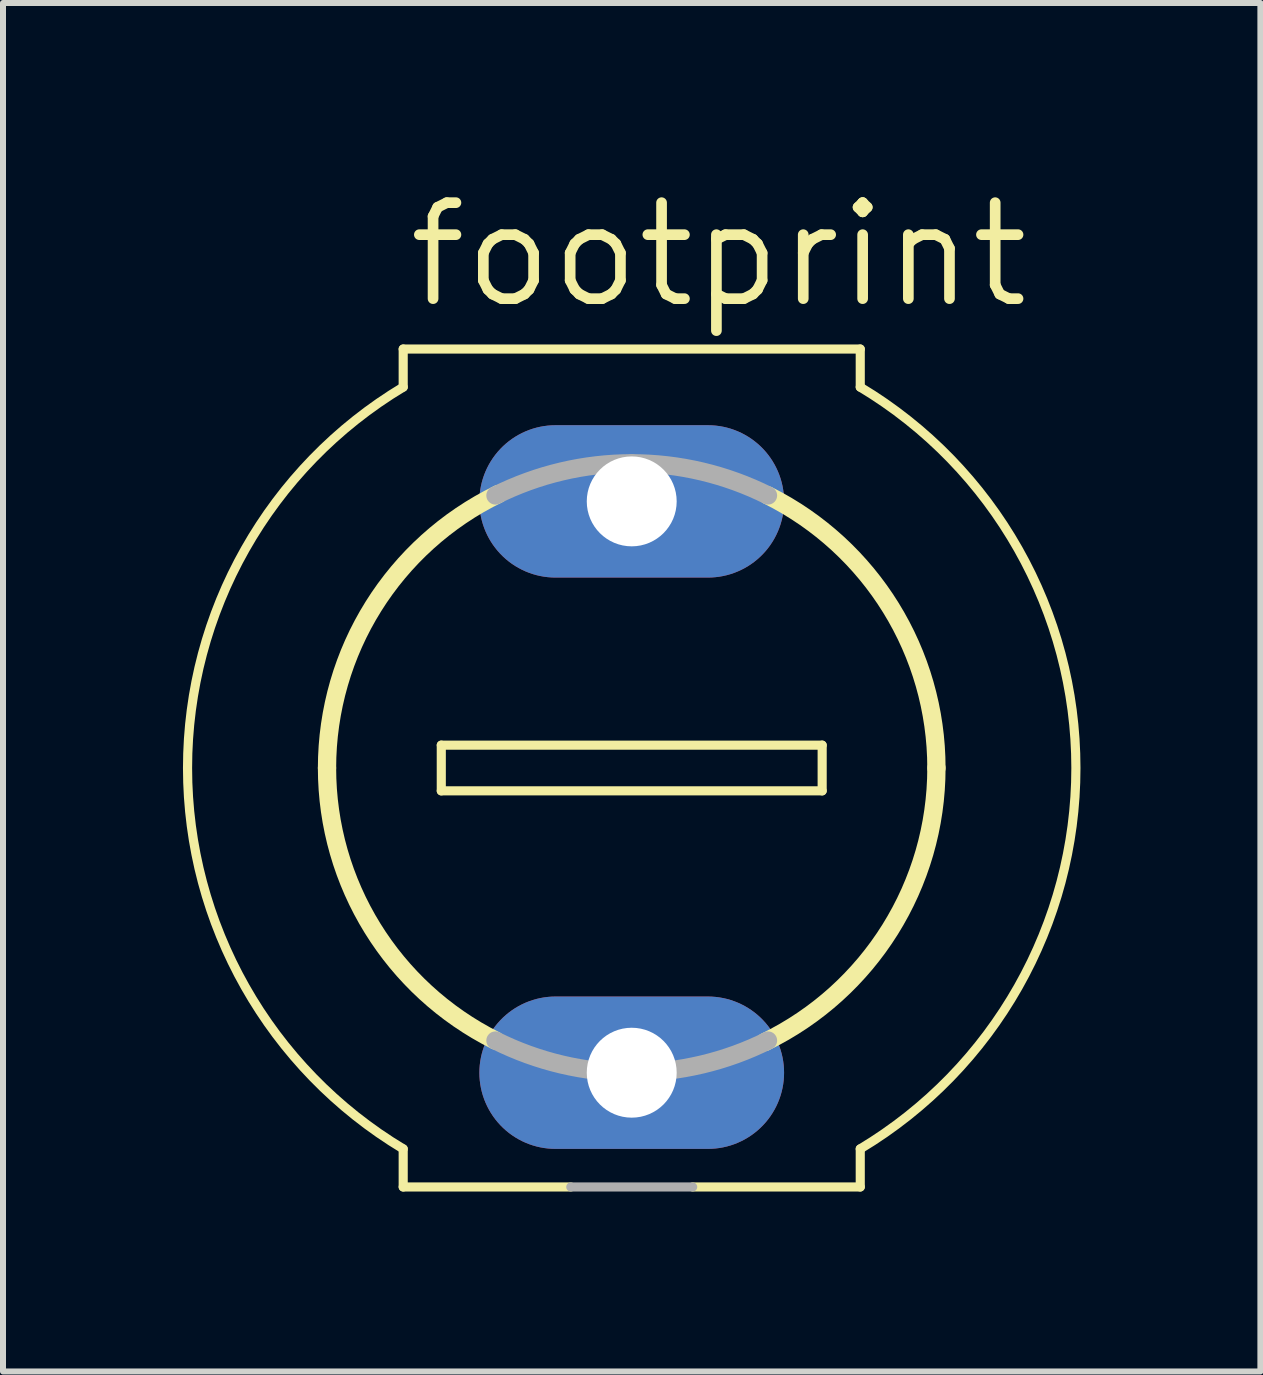
<source format=kicad_pcb>
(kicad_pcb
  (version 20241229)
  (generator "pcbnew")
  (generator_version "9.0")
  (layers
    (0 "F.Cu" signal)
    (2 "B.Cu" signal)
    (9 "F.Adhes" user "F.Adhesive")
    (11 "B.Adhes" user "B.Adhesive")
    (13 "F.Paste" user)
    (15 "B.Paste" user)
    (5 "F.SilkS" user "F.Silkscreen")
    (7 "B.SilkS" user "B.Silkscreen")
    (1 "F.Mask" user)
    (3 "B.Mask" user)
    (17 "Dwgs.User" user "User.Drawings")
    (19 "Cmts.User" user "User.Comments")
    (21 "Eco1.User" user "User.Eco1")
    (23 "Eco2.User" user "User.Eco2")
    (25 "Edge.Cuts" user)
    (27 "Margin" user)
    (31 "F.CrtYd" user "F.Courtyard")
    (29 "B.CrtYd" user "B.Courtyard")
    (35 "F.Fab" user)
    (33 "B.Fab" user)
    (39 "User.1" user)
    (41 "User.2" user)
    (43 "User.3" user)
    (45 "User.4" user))
  (footprint "footprint"
    (layer "F.Cu")
    (at 7.482 9.754)
    (property "Reference" "footprint" (at -3.81 -7.62 0) (layer "F.SilkS") (effects (font (size 1.6 1.6) (thickness 0.178)) (justify left bottom)))
    (fp_line (start -3.81 -6.985) (end -3.81 -6.35) (stroke (width 0.152) (type solid)) (layer "F.SilkS"))
    (fp_line (start -3.81 -6.985) (end 3.81 -6.985) (stroke (width 0.152) (type solid)) (layer "F.SilkS"))
    (fp_line (start -3.81 6.35) (end -3.81 6.985) (stroke (width 0.152) (type solid)) (layer "F.SilkS"))
    (fp_line (start -3.175 -0.381) (end -3.175 0.381) (stroke (width 0.152) (type solid)) (layer "F.SilkS"))
    (fp_line (start -3.175 0.381) (end 3.175 0.381) (stroke (width 0.152) (type solid)) (layer "F.SilkS"))
    (fp_line (start -1.016 6.985) (end -3.81 6.985) (stroke (width 0.152) (type solid)) (layer "F.SilkS"))
    (fp_line (start 3.175 -0.381) (end -3.175 -0.381) (stroke (width 0.152) (type solid)) (layer "F.SilkS"))
    (fp_line (start 3.175 0.381) (end 3.175 -0.381) (stroke (width 0.152) (type solid)) (layer "F.SilkS"))
    (fp_line (start 3.81 -6.985) (end 3.81 -6.35) (stroke (width 0.152) (type solid)) (layer "F.SilkS"))
    (fp_line (start 3.81 6.35) (end 3.81 6.985) (stroke (width 0.152) (type solid)) (layer "F.SilkS"))
    (fp_line (start 3.81 6.985) (end 1.016 6.985) (stroke (width 0.152) (type solid)) (layer "F.SilkS"))
    (fp_arc (start -5.08 0) (mid -4.306714 -2.694156) (end -2.222301 -4.5681) (stroke (width 0.3048) (type solid)) (layer "F.SilkS"))
    (fp_arc (start -3.81 6.35) (mid -7.405309 0) (end -3.81 -6.35) (stroke (width 0.1524) (type solid)) (layer "F.SilkS"))
    (fp_arc (start -2.271801 4.5437) (mid -4.32129 2.670728) (end -5.08 0) (stroke (width 0.3048) (type solid)) (layer "F.SilkS"))
    (fp_arc (start 2.2718 -4.5437) (mid 4.321289 -2.670728) (end 5.079999 0) (stroke (width 0.3048) (type solid)) (layer "F.SilkS"))
    (fp_arc (start 3.81 -6.35) (mid 7.405309 0) (end 3.81 6.35) (stroke (width 0.1524) (type solid)) (layer "F.SilkS"))
    (fp_arc (start 5.079999 0) (mid 4.306713 2.694155) (end 2.2223 4.5681) (stroke (width 0.3048) (type solid)) (layer "F.SilkS"))
    (fp_line (start 1.016 6.985) (end -1.016 6.985) (stroke (width 0.152) (type solid)) (layer "F.Fab"))
    (fp_arc (start -2.2718 -4.5437) (mid -1.167121 -4.944104) (end 0 -5.08) (stroke (width 0.3048) (type solid)) (layer "F.Fab"))
    (fp_arc (start 0 -5.08) (mid 1.167121 -4.944105) (end 2.2718 -4.5437) (stroke (width 0.3048) (type solid)) (layer "F.Fab"))
    (fp_arc (start 0 5.08) (mid -1.167121 4.944105) (end -2.2718 4.5437) (stroke (width 0.3048) (type solid)) (layer "F.Fab"))
    (fp_arc (start 2.2718 4.5437) (mid 1.167121 4.944104) (end 0 5.08) (stroke (width 0.3048) (type solid)) (layer "F.Fab"))
    (pad "1" thru_hole oval (at 0 5.08) (size 5.08 2.54) (drill 1.499) (layers "*.Cu" "*.Mask"))
    (pad "2" thru_hole oval (at 0 -4.445) (size 5.08 2.54) (drill 1.499) (layers "*.Cu" "*.Mask")))
  (gr_rect
    (start -3 -3)
    (end 17.963 19.815)
    (stroke (width 0.1) (type default))
    (fill no)
    (layer "Edge.Cuts")))
</source>
